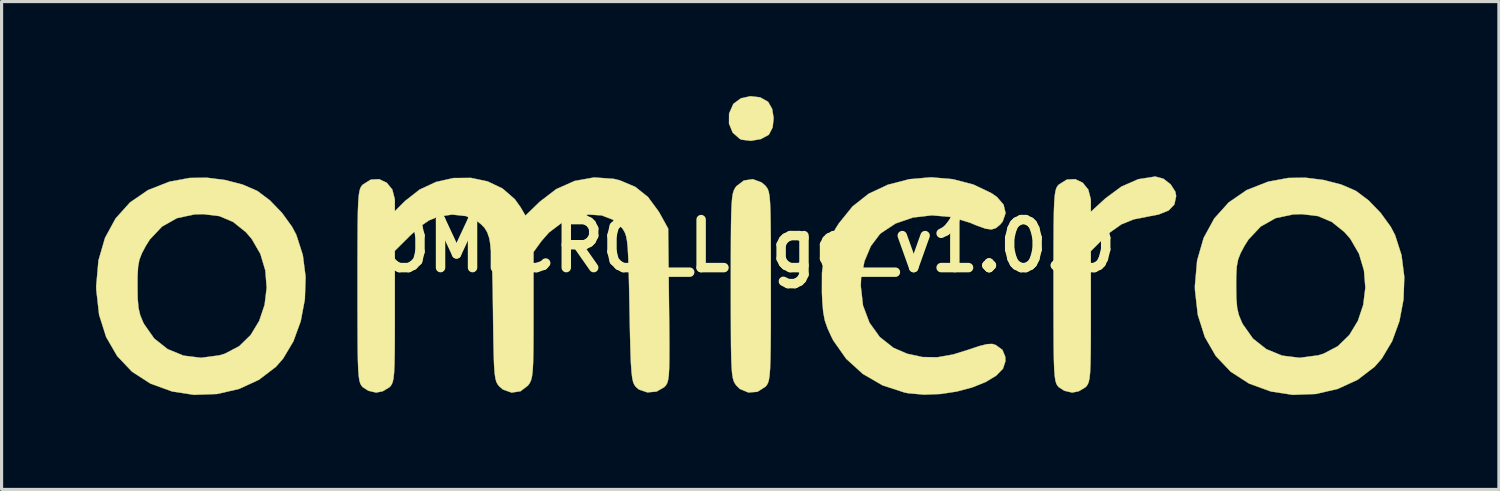
<source format=kicad_pcb>
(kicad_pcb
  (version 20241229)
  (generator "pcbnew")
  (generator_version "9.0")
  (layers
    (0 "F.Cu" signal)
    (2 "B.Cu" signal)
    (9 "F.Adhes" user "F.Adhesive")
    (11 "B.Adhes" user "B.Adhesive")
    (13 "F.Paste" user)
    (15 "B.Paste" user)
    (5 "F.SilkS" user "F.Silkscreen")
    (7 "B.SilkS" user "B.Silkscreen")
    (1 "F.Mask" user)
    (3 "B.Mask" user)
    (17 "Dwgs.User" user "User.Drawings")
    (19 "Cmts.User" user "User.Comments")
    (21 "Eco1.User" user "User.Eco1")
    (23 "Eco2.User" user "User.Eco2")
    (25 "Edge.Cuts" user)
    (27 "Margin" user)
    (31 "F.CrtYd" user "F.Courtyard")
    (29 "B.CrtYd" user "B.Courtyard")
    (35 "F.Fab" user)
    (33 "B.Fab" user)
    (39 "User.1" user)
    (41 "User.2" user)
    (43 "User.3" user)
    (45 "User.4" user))
  (footprint "OMICRO_Logo_v1.0.0"
    (layer "F.Cu")
    (at 20.662 4.757)
    (property "Reference" "OMICRO_Logo_v1.0.0" (at 0 0 0) (layer "F.SilkS") (effects (font (size 1.524 1.524) (thickness 0.3))))
    (attr through_hole)
    (fp_poly (pts (xy 0.422 -4.717) (xy 0.673 -4.576) (xy 0.677 -4.572) (xy 0.804 -4.348) (xy 0.851 -4.054) (xy 0.819 -3.762) (xy 0.705 -3.54) (xy 0.688 -3.523) (xy 0.442 -3.391) (xy 0.129 -3.337) (xy -0.161 -3.371) (xy -0.223 -3.397) (xy -0.449 -3.597) (xy -0.566 -3.882) (xy -0.564 -4.199) (xy -0.434 -4.496) (xy -0.417 -4.518) (xy -0.189 -4.685) (xy 0.112 -4.752) (xy 0.422 -4.717)) (stroke (width 0.01) (type solid)) (fill yes) (layer "F.SilkS"))
    (fp_poly (pts (xy 0.466 -2.016) (xy 0.578 -1.921) (xy 0.626 -1.865) (xy 0.666 -1.801) (xy 0.696 -1.711) (xy 0.72 -1.578) (xy 0.737 -1.383) (xy 0.749 -1.11) (xy 0.756 -0.741) (xy 0.76 -0.258) (xy 0.762 0.355) (xy 0.762 1.117) (xy 0.762 1.281) (xy 0.762 2.074) (xy 0.76 2.716) (xy 0.756 3.223) (xy 0.749 3.613) (xy 0.738 3.903) (xy 0.722 4.112) (xy 0.7 4.255) (xy 0.671 4.352) (xy 0.634 4.419) (xy 0.589 4.471) (xy 0.337 4.632) (xy 0.048 4.654) (xy -0.222 4.542) (xy -0.333 4.434) (xy -0.379 4.368) (xy -0.417 4.293) (xy -0.446 4.188) (xy -0.469 4.037) (xy -0.485 3.821) (xy -0.496 3.523) (xy -0.503 3.125) (xy -0.506 2.609) (xy -0.508 1.956) (xy -0.508 1.27) (xy -0.508 0.486) (xy -0.506 -0.147) (xy -0.502 -0.646) (xy -0.495 -1.029) (xy -0.483 -1.315) (xy -0.466 -1.521) (xy -0.443 -1.665) (xy -0.412 -1.764) (xy -0.373 -1.838) (xy -0.333 -1.894) (xy -0.094 -2.076) (xy 0.189 -2.118) (xy 0.466 -2.016)) (stroke (width 0.01) (type solid)) (fill yes) (layer "F.SilkS"))
    (fp_poly (pts (xy 13.229 -2.131) (xy 13.457 -1.953) (xy 13.605 -1.721) (xy 13.631 -1.58) (xy 13.574 -1.315) (xy 13.392 -1.124) (xy 13.071 -0.996) (xy 12.775 -0.94) (xy 12.285 -0.843) (xy 11.895 -0.686) (xy 11.538 -0.435) (xy 11.294 -0.207) (xy 10.922 0.165) (xy 10.922 2.241) (xy 10.921 2.89) (xy 10.918 3.39) (xy 10.911 3.764) (xy 10.898 4.032) (xy 10.878 4.217) (xy 10.849 4.339) (xy 10.809 4.421) (xy 10.757 4.483) (xy 10.753 4.487) (xy 10.539 4.615) (xy 10.329 4.657) (xy 10.081 4.599) (xy 9.906 4.487) (xy 9.862 4.437) (xy 9.826 4.372) (xy 9.797 4.275) (xy 9.776 4.129) (xy 9.76 3.917) (xy 9.749 3.621) (xy 9.742 3.225) (xy 9.739 2.711) (xy 9.737 2.062) (xy 9.737 1.27) (xy 9.737 0.47) (xy 9.739 -0.177) (xy 9.742 -0.69) (xy 9.749 -1.085) (xy 9.76 -1.38) (xy 9.776 -1.591) (xy 9.798 -1.736) (xy 9.826 -1.833) (xy 9.862 -1.897) (xy 9.906 -1.947) (xy 10.16 -2.105) (xy 10.424 -2.119) (xy 10.663 -2.007) (xy 10.841 -1.787) (xy 10.921 -1.479) (xy 10.922 -1.431) (xy 10.922 -1.084) (xy 11.392 -1.514) (xy 11.893 -1.883) (xy 12.427 -2.117) (xy 12.96 -2.201) (xy 12.973 -2.201) (xy 13.229 -2.131)) (stroke (width 0.01) (type solid)) (fill yes) (layer "F.SilkS"))
    (fp_poly (pts (xy 6.543 -2.117) (xy 7.195 -1.947) (xy 7.763 -1.676) (xy 7.938 -1.555) (xy 8.151 -1.311) (xy 8.215 -1.039) (xy 8.123 -0.773) (xy 8.043 -0.677) (xy 7.909 -0.566) (xy 7.767 -0.521) (xy 7.578 -0.547) (xy 7.301 -0.646) (xy 7.088 -0.735) (xy 6.492 -0.917) (xy 5.875 -0.971) (xy 5.274 -0.901) (xy 4.725 -0.713) (xy 4.266 -0.41) (xy 4.218 -0.367) (xy 3.938 0.005) (xy 3.735 0.485) (xy 3.628 1.025) (xy 3.617 1.27) (xy 3.688 1.892) (xy 3.894 2.44) (xy 4.222 2.895) (xy 4.658 3.238) (xy 5.09 3.424) (xy 5.575 3.529) (xy 6.044 3.537) (xy 6.552 3.447) (xy 7.016 3.303) (xy 7.381 3.181) (xy 7.627 3.12) (xy 7.791 3.112) (xy 7.905 3.148) (xy 8.115 3.302) (xy 8.202 3.51) (xy 8.211 3.658) (xy 8.133 3.898) (xy 7.912 4.124) (xy 7.576 4.325) (xy 7.153 4.494) (xy 6.669 4.623) (xy 6.152 4.702) (xy 5.629 4.723) (xy 5.127 4.678) (xy 5.01 4.656) (xy 4.31 4.428) (xy 3.683 4.065) (xy 3.154 3.584) (xy 2.747 3.006) (xy 2.693 2.9) (xy 2.561 2.614) (xy 2.475 2.366) (xy 2.425 2.099) (xy 2.396 1.756) (xy 2.384 1.484) (xy 2.386 0.857) (xy 2.451 0.342) (xy 2.591 -0.112) (xy 2.82 -0.555) (xy 2.924 -0.718) (xy 3.355 -1.251) (xy 3.865 -1.654) (xy 4.475 -1.941) (xy 5.165 -2.119) (xy 5.852 -2.178) (xy 6.543 -2.117)) (stroke (width 0.01) (type solid)) (fill yes) (layer "F.SilkS"))
    (fp_poly (pts (xy -16.565 -2.091) (xy -16.011 -1.948) (xy -15.551 -1.749) (xy -15.535 -1.74) (xy -15.141 -1.444) (xy -14.758 -1.047) (xy -14.441 -0.609) (xy -14.303 -0.348) (xy -14.097 0.293) (xy -14.009 0.986) (xy -14.033 1.697) (xy -14.164 2.39) (xy -14.396 3.028) (xy -14.723 3.578) (xy -14.951 3.838) (xy -15.49 4.25) (xy -16.122 4.541) (xy -16.821 4.702) (xy -17.554 4.728) (xy -18.246 4.622) (xy -18.937 4.371) (xy -19.521 3.994) (xy -19.991 3.498) (xy -20.342 2.893) (xy -20.565 2.189) (xy -20.655 1.395) (xy -20.657 1.27) (xy -19.346 1.27) (xy -19.34 1.677) (xy -19.315 1.969) (xy -19.261 2.198) (xy -19.17 2.419) (xy -19.135 2.488) (xy -18.814 2.943) (xy -18.389 3.278) (xy -17.886 3.484) (xy -17.33 3.553) (xy -16.746 3.475) (xy -16.572 3.423) (xy -16.117 3.184) (xy -15.752 2.828) (xy -15.482 2.381) (xy -15.311 1.872) (xy -15.245 1.328) (xy -15.288 0.779) (xy -15.446 0.252) (xy -15.722 -0.225) (xy -15.906 -0.436) (xy -16.307 -0.759) (xy -16.744 -0.945) (xy -17.257 -1.008) (xy -17.54 -0.999) (xy -18.094 -0.881) (xy -18.567 -0.615) (xy -18.954 -0.205) (xy -19.083 0) (xy -19.208 0.235) (xy -19.286 0.436) (xy -19.327 0.656) (xy -19.344 0.951) (xy -19.346 1.27) (xy -20.657 1.27) (xy -20.586 0.463) (xy -20.378 -0.254) (xy -20.042 -0.871) (xy -19.584 -1.38) (xy -19.012 -1.772) (xy -18.334 -2.038) (xy -17.695 -2.157) (xy -17.149 -2.165) (xy -16.565 -2.091)) (stroke (width 0.01) (type solid)) (fill yes) (layer "F.SilkS"))
    (fp_poly (pts (xy 18.317 -2.091) (xy 18.872 -1.948) (xy 19.332 -1.749) (xy 19.347 -1.74) (xy 19.741 -1.444) (xy 20.124 -1.047) (xy 20.442 -0.609) (xy 20.58 -0.348) (xy 20.786 0.293) (xy 20.874 0.986) (xy 20.85 1.697) (xy 20.719 2.39) (xy 20.487 3.028) (xy 20.159 3.578) (xy 19.931 3.838) (xy 19.393 4.25) (xy 18.76 4.541) (xy 18.062 4.702) (xy 17.329 4.728) (xy 16.637 4.622) (xy 15.946 4.371) (xy 15.362 3.994) (xy 14.891 3.498) (xy 14.541 2.893) (xy 14.318 2.189) (xy 14.228 1.395) (xy 14.226 1.27) (xy 15.536 1.27) (xy 15.543 1.677) (xy 15.568 1.969) (xy 15.622 2.198) (xy 15.713 2.419) (xy 15.748 2.488) (xy 16.069 2.943) (xy 16.493 3.278) (xy 16.996 3.484) (xy 17.552 3.553) (xy 18.137 3.475) (xy 18.31 3.423) (xy 18.765 3.184) (xy 19.13 2.828) (xy 19.401 2.381) (xy 19.571 1.872) (xy 19.638 1.328) (xy 19.594 0.779) (xy 19.437 0.252) (xy 19.161 -0.225) (xy 18.977 -0.436) (xy 18.576 -0.759) (xy 18.139 -0.945) (xy 17.625 -1.008) (xy 17.343 -0.999) (xy 16.788 -0.881) (xy 16.315 -0.615) (xy 15.929 -0.205) (xy 15.799 0) (xy 15.674 0.235) (xy 15.597 0.436) (xy 15.555 0.656) (xy 15.539 0.951) (xy 15.536 1.27) (xy 14.226 1.27) (xy 14.297 0.463) (xy 14.504 -0.254) (xy 14.841 -0.871) (xy 15.299 -1.38) (xy 15.87 -1.772) (xy 16.548 -2.038) (xy 17.188 -2.157) (xy 17.734 -2.165) (xy 18.317 -2.091)) (stroke (width 0.01) (type solid)) (fill yes) (layer "F.SilkS"))
    (fp_poly (pts (xy -4.224 -2.128) (xy -4.035 -2.082) (xy -3.542 -1.874) (xy -3.14 -1.554) (xy -2.802 -1.096) (xy -2.747 -1.001) (xy -2.498 -0.55) (xy -2.471 1.878) (xy -2.463 2.583) (xy -2.459 3.139) (xy -2.46 3.564) (xy -2.466 3.879) (xy -2.478 4.103) (xy -2.499 4.255) (xy -2.528 4.356) (xy -2.568 4.425) (xy -2.619 4.481) (xy -2.619 4.482) (xy -2.866 4.625) (xy -3.158 4.651) (xy -3.426 4.56) (xy -3.522 4.479) (xy -3.57 4.414) (xy -3.609 4.325) (xy -3.639 4.192) (xy -3.662 3.994) (xy -3.681 3.713) (xy -3.696 3.326) (xy -3.709 2.815) (xy -3.722 2.159) (xy -3.725 2.002) (xy -3.738 1.317) (xy -3.751 0.78) (xy -3.765 0.371) (xy -3.781 0.067) (xy -3.803 -0.151) (xy -3.832 -0.305) (xy -3.87 -0.417) (xy -3.919 -0.506) (xy -3.96 -0.565) (xy -4.243 -0.828) (xy -4.608 -0.969) (xy -5.026 -0.995) (xy -5.464 -0.91) (xy -5.893 -0.719) (xy -6.281 -0.427) (xy -6.523 -0.151) (xy -6.773 0.195) (xy -6.773 2.203) (xy -6.774 2.839) (xy -6.777 3.329) (xy -6.785 3.694) (xy -6.799 3.957) (xy -6.821 4.141) (xy -6.852 4.267) (xy -6.895 4.358) (xy -6.949 4.434) (xy -7.187 4.615) (xy -7.47 4.658) (xy -7.746 4.558) (xy -7.854 4.466) (xy -7.908 4.401) (xy -7.951 4.322) (xy -7.983 4.207) (xy -8.007 4.036) (xy -8.025 3.788) (xy -8.037 3.442) (xy -8.047 2.977) (xy -8.056 2.373) (xy -8.059 2.074) (xy -8.069 1.353) (xy -8.083 0.779) (xy -8.104 0.335) (xy -8.135 -0.003) (xy -8.18 -0.253) (xy -8.244 -0.436) (xy -8.328 -0.574) (xy -8.437 -0.686) (xy -8.553 -0.778) (xy -8.917 -0.947) (xy -9.359 -0.995) (xy -9.8 -0.926) (xy -10.092 -0.809) (xy -10.386 -0.608) (xy -10.689 -0.329) (xy -11.176 0.156) (xy -11.176 2.237) (xy -11.177 2.886) (xy -11.18 3.387) (xy -11.187 3.761) (xy -11.2 4.03) (xy -11.22 4.216) (xy -11.249 4.338) (xy -11.289 4.42) (xy -11.34 4.482) (xy -11.345 4.487) (xy -11.559 4.615) (xy -11.769 4.657) (xy -12.017 4.599) (xy -12.192 4.487) (xy -12.236 4.437) (xy -12.272 4.372) (xy -12.301 4.275) (xy -12.322 4.129) (xy -12.338 3.917) (xy -12.349 3.621) (xy -12.356 3.225) (xy -12.359 2.711) (xy -12.361 2.062) (xy -12.361 1.27) (xy -12.361 0.47) (xy -12.359 -0.177) (xy -12.356 -0.69) (xy -12.349 -1.085) (xy -12.338 -1.38) (xy -12.322 -1.591) (xy -12.3 -1.736) (xy -12.272 -1.833) (xy -12.236 -1.897) (xy -12.192 -1.947) (xy -11.939 -2.104) (xy -11.674 -2.118) (xy -11.434 -2.006) (xy -11.256 -1.788) (xy -11.177 -1.481) (xy -11.176 -1.439) (xy -11.176 -1.101) (xy -10.852 -1.425) (xy -10.389 -1.788) (xy -9.867 -2.03) (xy -9.315 -2.154) (xy -8.76 -2.159) (xy -8.232 -2.048) (xy -7.758 -1.823) (xy -7.368 -1.484) (xy -7.192 -1.239) (xy -7.029 -0.962) (xy -6.576 -1.401) (xy -6.052 -1.802) (xy -5.466 -2.062) (xy -4.847 -2.173) (xy -4.224 -2.128)) (stroke (width 0.01) (type solid)) (fill yes) (layer "F.SilkS")))
  (gr_rect
    (start -3 -3)
    (end 44.54 12.49)
    (stroke (width 0.1) (type default))
    (fill no)
    (layer "Edge.Cuts")))
</source>
